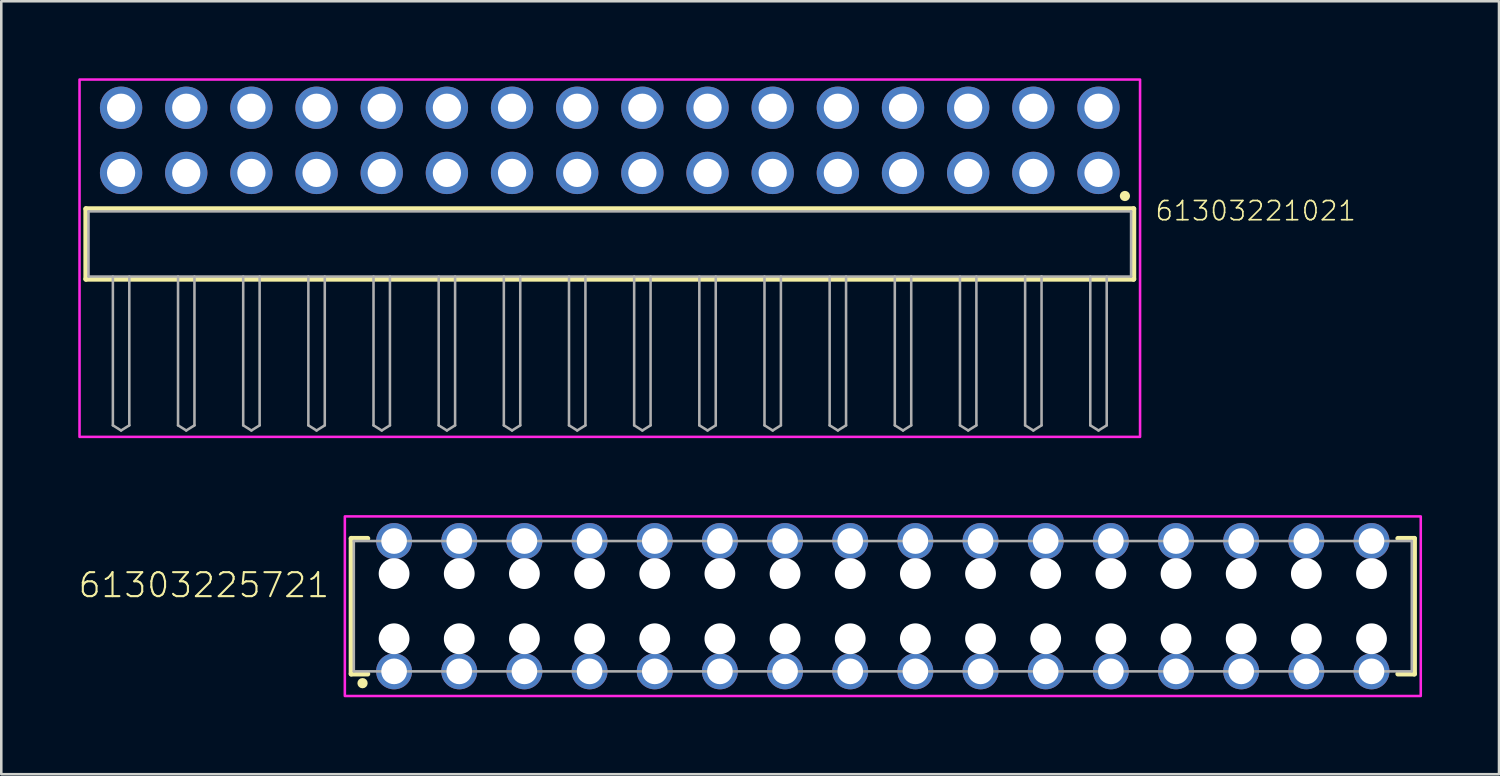
<source format=kicad_pcb>
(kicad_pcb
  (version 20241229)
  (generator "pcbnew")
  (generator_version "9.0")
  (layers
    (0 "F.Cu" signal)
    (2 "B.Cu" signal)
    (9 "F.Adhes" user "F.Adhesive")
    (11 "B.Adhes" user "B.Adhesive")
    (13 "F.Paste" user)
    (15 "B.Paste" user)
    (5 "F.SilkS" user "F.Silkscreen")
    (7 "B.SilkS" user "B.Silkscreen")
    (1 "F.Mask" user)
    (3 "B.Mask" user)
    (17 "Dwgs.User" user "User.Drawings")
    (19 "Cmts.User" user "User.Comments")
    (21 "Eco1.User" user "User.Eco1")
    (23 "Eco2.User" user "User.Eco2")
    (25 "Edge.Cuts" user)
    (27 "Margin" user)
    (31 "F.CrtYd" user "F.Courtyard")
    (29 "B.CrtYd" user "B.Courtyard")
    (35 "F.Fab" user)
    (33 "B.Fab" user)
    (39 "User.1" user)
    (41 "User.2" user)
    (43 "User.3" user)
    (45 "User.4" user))
  (footprint "61303221021"
    (layer "F.Cu")
    (at 20.72 6.46)
    (property "Reference" "61303221021" (at 21.215 -0.852 0) (unlocked yes) (layer "F.SilkS") (effects (font (size 0.748 0.748) (thickness 0.065)) (justify left bottom)))
    (fp_line (start -20.42 -1.37) (end 20.42 -1.37) (stroke (width 0.2) (type solid)) (layer "F.SilkS"))
    (fp_line (start -20.42 1.37) (end -20.42 -1.37) (stroke (width 0.2) (type solid)) (layer "F.SilkS"))
    (fp_line (start 20.42 -1.37) (end 20.42 1.37) (stroke (width 0.2) (type solid)) (layer "F.SilkS"))
    (fp_line (start 20.42 1.37) (end -20.42 1.37) (stroke (width 0.2) (type solid)) (layer "F.SilkS"))
    (fp_circle (center 20.08 -1.87) (end 20.18 -1.87) (stroke (width 0.2) (type solid)) (fill no) (layer "F.SilkS"))
    (fp_poly (pts (xy 20.67 7.52) (xy -20.67 7.52) (xy -20.67 -6.41) (xy 20.67 -6.41)) (stroke (width 0.1) (type default)) (fill no) (layer "F.CrtYd"))
    (fp_line (start -20.32 -1.27) (end 20.32 -1.27) (stroke (width 0.1) (type solid)) (layer "F.Fab"))
    (fp_line (start -20.32 1.27) (end -20.32 -1.27) (stroke (width 0.1) (type solid)) (layer "F.Fab"))
    (fp_line (start -19.37 1.27) (end -19.37 7.07) (stroke (width 0.1) (type solid)) (layer "F.Fab"))
    (fp_line (start -19.37 7.07) (end -19.05 7.27) (stroke (width 0.1) (type solid)) (layer "F.Fab"))
    (fp_line (start -19.05 7.27) (end -18.73 7.07) (stroke (width 0.1) (type solid)) (layer "F.Fab"))
    (fp_line (start -18.73 1.27) (end -18.73 7.07) (stroke (width 0.1) (type solid)) (layer "F.Fab"))
    (fp_line (start -16.83 1.27) (end -16.83 7.07) (stroke (width 0.1) (type solid)) (layer "F.Fab"))
    (fp_line (start -16.83 7.07) (end -16.51 7.27) (stroke (width 0.1) (type solid)) (layer "F.Fab"))
    (fp_line (start -16.51 7.27) (end -16.19 7.07) (stroke (width 0.1) (type solid)) (layer "F.Fab"))
    (fp_line (start -16.19 1.27) (end -16.19 7.07) (stroke (width 0.1) (type solid)) (layer "F.Fab"))
    (fp_line (start -14.29 1.27) (end -14.29 7.07) (stroke (width 0.1) (type solid)) (layer "F.Fab"))
    (fp_line (start -14.29 7.07) (end -13.97 7.27) (stroke (width 0.1) (type solid)) (layer "F.Fab"))
    (fp_line (start -13.97 7.27) (end -13.65 7.07) (stroke (width 0.1) (type solid)) (layer "F.Fab"))
    (fp_line (start -13.65 1.27) (end -13.65 7.07) (stroke (width 0.1) (type solid)) (layer "F.Fab"))
    (fp_line (start -11.75 1.27) (end -11.75 7.07) (stroke (width 0.1) (type solid)) (layer "F.Fab"))
    (fp_line (start -11.75 7.07) (end -11.43 7.27) (stroke (width 0.1) (type solid)) (layer "F.Fab"))
    (fp_line (start -11.43 7.27) (end -11.11 7.07) (stroke (width 0.1) (type solid)) (layer "F.Fab"))
    (fp_line (start -11.11 1.27) (end -11.11 7.07) (stroke (width 0.1) (type solid)) (layer "F.Fab"))
    (fp_line (start -9.21 1.27) (end -9.21 7.07) (stroke (width 0.1) (type solid)) (layer "F.Fab"))
    (fp_line (start -9.21 7.07) (end -8.89 7.27) (stroke (width 0.1) (type solid)) (layer "F.Fab"))
    (fp_line (start -8.89 7.27) (end -8.57 7.07) (stroke (width 0.1) (type solid)) (layer "F.Fab"))
    (fp_line (start -8.57 1.27) (end -8.57 7.07) (stroke (width 0.1) (type solid)) (layer "F.Fab"))
    (fp_line (start -6.67 1.27) (end -6.67 7.07) (stroke (width 0.1) (type solid)) (layer "F.Fab"))
    (fp_line (start -6.67 7.07) (end -6.35 7.27) (stroke (width 0.1) (type solid)) (layer "F.Fab"))
    (fp_line (start -6.35 7.27) (end -6.03 7.07) (stroke (width 0.1) (type solid)) (layer "F.Fab"))
    (fp_line (start -6.03 1.27) (end -6.03 7.07) (stroke (width 0.1) (type solid)) (layer "F.Fab"))
    (fp_line (start -4.13 1.27) (end -4.13 7.07) (stroke (width 0.1) (type solid)) (layer "F.Fab"))
    (fp_line (start -4.13 7.07) (end -3.81 7.27) (stroke (width 0.1) (type solid)) (layer "F.Fab"))
    (fp_line (start -3.81 7.27) (end -3.49 7.07) (stroke (width 0.1) (type solid)) (layer "F.Fab"))
    (fp_line (start -3.49 1.27) (end -3.49 7.07) (stroke (width 0.1) (type solid)) (layer "F.Fab"))
    (fp_line (start -1.59 1.27) (end -1.59 7.07) (stroke (width 0.1) (type solid)) (layer "F.Fab"))
    (fp_line (start -1.59 7.07) (end -1.27 7.27) (stroke (width 0.1) (type solid)) (layer "F.Fab"))
    (fp_line (start -1.27 7.27) (end -0.95 7.07) (stroke (width 0.1) (type solid)) (layer "F.Fab"))
    (fp_line (start -0.95 1.27) (end -0.95 7.07) (stroke (width 0.1) (type solid)) (layer "F.Fab"))
    (fp_line (start 0.95 1.27) (end 0.95 7.07) (stroke (width 0.1) (type solid)) (layer "F.Fab"))
    (fp_line (start 0.95 7.07) (end 1.27 7.27) (stroke (width 0.1) (type solid)) (layer "F.Fab"))
    (fp_line (start 1.27 7.27) (end 1.59 7.07) (stroke (width 0.1) (type solid)) (layer "F.Fab"))
    (fp_line (start 1.59 1.27) (end 1.59 7.07) (stroke (width 0.1) (type solid)) (layer "F.Fab"))
    (fp_line (start 3.49 1.27) (end 3.49 7.07) (stroke (width 0.1) (type solid)) (layer "F.Fab"))
    (fp_line (start 3.49 7.07) (end 3.81 7.27) (stroke (width 0.1) (type solid)) (layer "F.Fab"))
    (fp_line (start 3.81 7.27) (end 4.13 7.07) (stroke (width 0.1) (type solid)) (layer "F.Fab"))
    (fp_line (start 4.13 1.27) (end 4.13 7.07) (stroke (width 0.1) (type solid)) (layer "F.Fab"))
    (fp_line (start 6.03 1.27) (end 6.03 7.07) (stroke (width 0.1) (type solid)) (layer "F.Fab"))
    (fp_line (start 6.03 7.07) (end 6.35 7.27) (stroke (width 0.1) (type solid)) (layer "F.Fab"))
    (fp_line (start 6.35 7.27) (end 6.67 7.07) (stroke (width 0.1) (type solid)) (layer "F.Fab"))
    (fp_line (start 6.67 1.27) (end 6.67 7.07) (stroke (width 0.1) (type solid)) (layer "F.Fab"))
    (fp_line (start 8.57 1.27) (end 8.57 7.07) (stroke (width 0.1) (type solid)) (layer "F.Fab"))
    (fp_line (start 8.57 7.07) (end 8.89 7.27) (stroke (width 0.1) (type solid)) (layer "F.Fab"))
    (fp_line (start 8.89 7.27) (end 9.21 7.07) (stroke (width 0.1) (type solid)) (layer "F.Fab"))
    (fp_line (start 9.21 1.27) (end 9.21 7.07) (stroke (width 0.1) (type solid)) (layer "F.Fab"))
    (fp_line (start 11.11 1.27) (end 11.11 7.07) (stroke (width 0.1) (type solid)) (layer "F.Fab"))
    (fp_line (start 11.11 7.07) (end 11.43 7.27) (stroke (width 0.1) (type solid)) (layer "F.Fab"))
    (fp_line (start 11.43 7.27) (end 11.75 7.07) (stroke (width 0.1) (type solid)) (layer "F.Fab"))
    (fp_line (start 11.75 1.27) (end 11.75 7.07) (stroke (width 0.1) (type solid)) (layer "F.Fab"))
    (fp_line (start 13.65 1.27) (end 13.65 7.07) (stroke (width 0.1) (type solid)) (layer "F.Fab"))
    (fp_line (start 13.65 7.07) (end 13.97 7.27) (stroke (width 0.1) (type solid)) (layer "F.Fab"))
    (fp_line (start 13.97 7.27) (end 14.29 7.07) (stroke (width 0.1) (type solid)) (layer "F.Fab"))
    (fp_line (start 14.29 1.27) (end 14.29 7.07) (stroke (width 0.1) (type solid)) (layer "F.Fab"))
    (fp_line (start 16.19 1.27) (end -20.32 1.27) (stroke (width 0.1) (type solid)) (layer "F.Fab"))
    (fp_line (start 16.19 1.27) (end 16.19 7.07) (stroke (width 0.1) (type solid)) (layer "F.Fab"))
    (fp_line (start 16.19 7.07) (end 16.51 7.27) (stroke (width 0.1) (type solid)) (layer "F.Fab"))
    (fp_line (start 16.51 7.27) (end 16.83 7.07) (stroke (width 0.1) (type solid)) (layer "F.Fab"))
    (fp_line (start 16.83 1.27) (end 16.19 1.27) (stroke (width 0.1) (type solid)) (layer "F.Fab"))
    (fp_line (start 16.83 1.27) (end 16.83 7.07) (stroke (width 0.1) (type solid)) (layer "F.Fab"))
    (fp_line (start 18.73 1.27) (end 18.73 7.07) (stroke (width 0.1) (type solid)) (layer "F.Fab"))
    (fp_line (start 18.73 7.07) (end 19.05 7.27) (stroke (width 0.1) (type solid)) (layer "F.Fab"))
    (fp_line (start 19.05 7.27) (end 19.37 7.07) (stroke (width 0.1) (type solid)) (layer "F.Fab"))
    (fp_line (start 19.37 1.27) (end 19.37 7.07) (stroke (width 0.1) (type solid)) (layer "F.Fab"))
    (fp_line (start 20.32 -1.27) (end 20.32 1.27) (stroke (width 0.1) (type solid)) (layer "F.Fab"))
    (fp_line (start 20.32 1.27) (end 16.83 1.27) (stroke (width 0.1) (type solid)) (layer "F.Fab"))
    (pad "1" thru_hole circle (at 19.05 -2.77) (size 1.65 1.65) (drill 1.1) (layers "*.Cu" "*.Mask"))
    (pad "2" thru_hole circle (at 19.05 -5.31) (size 1.65 1.65) (drill 1.1) (layers "*.Cu" "*.Mask"))
    (pad "3" thru_hole circle (at 16.51 -2.77) (size 1.65 1.65) (drill 1.1) (layers "*.Cu" "*.Mask"))
    (pad "4" thru_hole circle (at 16.51 -5.31) (size 1.65 1.65) (drill 1.1) (layers "*.Cu" "*.Mask"))
    (pad "5" thru_hole circle (at 13.97 -2.77) (size 1.65 1.65) (drill 1.1) (layers "*.Cu" "*.Mask"))
    (pad "6" thru_hole circle (at 13.97 -5.31) (size 1.65 1.65) (drill 1.1) (layers "*.Cu" "*.Mask"))
    (pad "7" thru_hole circle (at 11.43 -2.77) (size 1.65 1.65) (drill 1.1) (layers "*.Cu" "*.Mask"))
    (pad "8" thru_hole circle (at 11.43 -5.31) (size 1.65 1.65) (drill 1.1) (layers "*.Cu" "*.Mask"))
    (pad "9" thru_hole circle (at 8.89 -2.77) (size 1.65 1.65) (drill 1.1) (layers "*.Cu" "*.Mask"))
    (pad "10" thru_hole circle (at 8.89 -5.31) (size 1.65 1.65) (drill 1.1) (layers "*.Cu" "*.Mask"))
    (pad "11" thru_hole circle (at 6.35 -2.77) (size 1.65 1.65) (drill 1.1) (layers "*.Cu" "*.Mask"))
    (pad "12" thru_hole circle (at 6.35 -5.31) (size 1.65 1.65) (drill 1.1) (layers "*.Cu" "*.Mask"))
    (pad "13" thru_hole circle (at 3.81 -2.77) (size 1.65 1.65) (drill 1.1) (layers "*.Cu" "*.Mask"))
    (pad "14" thru_hole circle (at 3.81 -5.31) (size 1.65 1.65) (drill 1.1) (layers "*.Cu" "*.Mask"))
    (pad "15" thru_hole circle (at 1.27 -2.77) (size 1.65 1.65) (drill 1.1) (layers "*.Cu" "*.Mask"))
    (pad "16" thru_hole circle (at 1.27 -5.31) (size 1.65 1.65) (drill 1.1) (layers "*.Cu" "*.Mask"))
    (pad "17" thru_hole circle (at -1.27 -2.77) (size 1.65 1.65) (drill 1.1) (layers "*.Cu" "*.Mask"))
    (pad "18" thru_hole circle (at -1.27 -5.31) (size 1.65 1.65) (drill 1.1) (layers "*.Cu" "*.Mask"))
    (pad "19" thru_hole circle (at -3.81 -2.77) (size 1.65 1.65) (drill 1.1) (layers "*.Cu" "*.Mask"))
    (pad "20" thru_hole circle (at -3.81 -5.31) (size 1.65 1.65) (drill 1.1) (layers "*.Cu" "*.Mask"))
    (pad "21" thru_hole circle (at -6.35 -2.77) (size 1.65 1.65) (drill 1.1) (layers "*.Cu" "*.Mask"))
    (pad "22" thru_hole circle (at -6.35 -5.31) (size 1.65 1.65) (drill 1.1) (layers "*.Cu" "*.Mask"))
    (pad "23" thru_hole circle (at -8.89 -2.77) (size 1.65 1.65) (drill 1.1) (layers "*.Cu" "*.Mask"))
    (pad "24" thru_hole circle (at -8.89 -5.31) (size 1.65 1.65) (drill 1.1) (layers "*.Cu" "*.Mask"))
    (pad "25" thru_hole circle (at -11.43 -2.77) (size 1.65 1.65) (drill 1.1) (layers "*.Cu" "*.Mask"))
    (pad "26" thru_hole circle (at -11.43 -5.31) (size 1.65 1.65) (drill 1.1) (layers "*.Cu" "*.Mask"))
    (pad "27" thru_hole circle (at -13.97 -2.77) (size 1.65 1.65) (drill 1.1) (layers "*.Cu" "*.Mask"))
    (pad "28" thru_hole circle (at -13.97 -5.31) (size 1.65 1.65) (drill 1.1) (layers "*.Cu" "*.Mask"))
    (pad "29" thru_hole circle (at -16.51 -2.77) (size 1.65 1.65) (drill 1.1) (layers "*.Cu" "*.Mask"))
    (pad "30" thru_hole circle (at -16.51 -5.31) (size 1.65 1.65) (drill 1.1) (layers "*.Cu" "*.Mask"))
    (pad "31" thru_hole circle (at -19.05 -2.77) (size 1.65 1.65) (drill 1.1) (layers "*.Cu" "*.Mask"))
    (pad "32" thru_hole circle (at -19.05 -5.31) (size 1.65 1.65) (drill 1.1) (layers "*.Cu" "*.Mask")))
  (footprint "61303225721"
    (layer "F.Cu")
    (at 31.362 20.58)
    (property "Reference" "61303225721" (at -21.513 -0.274 0) (unlocked yes) (layer "F.SilkS") (effects (font (size 0.935 0.935) (thickness 0.081)) (justify right bottom)))
    (fp_line (start -20.72 -2.64) (end -20.72 2.64) (stroke (width 0.2) (type solid)) (layer "F.SilkS"))
    (fp_line (start -20.72 2.64) (end -20.08 2.64) (stroke (width 0.2) (type solid)) (layer "F.SilkS"))
    (fp_line (start -20.08 -2.64) (end -20.72 -2.64) (stroke (width 0.2) (type solid)) (layer "F.SilkS"))
    (fp_line (start 20.08 2.64) (end 20.72 2.64) (stroke (width 0.2) (type solid)) (layer "F.SilkS"))
    (fp_line (start 20.72 -2.64) (end 20.08 -2.64) (stroke (width 0.2) (type solid)) (layer "F.SilkS"))
    (fp_line (start 20.72 2.64) (end 20.72 -2.64) (stroke (width 0.2) (type solid)) (layer "F.SilkS"))
    (fp_circle (center -20.28 3) (end -20.18 3) (stroke (width 0.2) (type solid)) (fill no) (layer "F.SilkS"))
    (fp_poly (pts (xy 20.97 3.5) (xy -20.97 3.5) (xy -20.97 -3.5) (xy 20.97 -3.5)) (stroke (width 0.1) (type default)) (fill no) (layer "F.CrtYd"))
    (fp_line (start -20.62 -2.54) (end 20.62 -2.54) (stroke (width 0.1) (type solid)) (layer "F.Fab"))
    (fp_line (start -20.62 2.54) (end -20.62 -2.54) (stroke (width 0.1) (type solid)) (layer "F.Fab"))
    (fp_line (start 20.62 -2.54) (end 20.62 2.54) (stroke (width 0.1) (type solid)) (layer "F.Fab"))
    (fp_line (start 20.62 2.54) (end -20.62 2.54) (stroke (width 0.1) (type solid)) (layer "F.Fab"))
    (pad "" np_thru_hole circle (at -19.05 -1.27) (size 1.2 1.2) (drill 1.2) (layers "*.Cu" "*.Mask"))
    (pad "" np_thru_hole circle (at -19.05 1.27) (size 1.2 1.2) (drill 1.2) (layers "*.Cu" "*.Mask"))
    (pad "" np_thru_hole circle (at -16.51 -1.27) (size 1.2 1.2) (drill 1.2) (layers "*.Cu" "*.Mask"))
    (pad "" np_thru_hole circle (at -16.51 1.27) (size 1.2 1.2) (drill 1.2) (layers "*.Cu" "*.Mask"))
    (pad "" np_thru_hole circle (at -13.97 -1.27) (size 1.2 1.2) (drill 1.2) (layers "*.Cu" "*.Mask"))
    (pad "" np_thru_hole circle (at -13.97 1.27) (size 1.2 1.2) (drill 1.2) (layers "*.Cu" "*.Mask"))
    (pad "" np_thru_hole circle (at -11.43 -1.27) (size 1.2 1.2) (drill 1.2) (layers "*.Cu" "*.Mask"))
    (pad "" np_thru_hole circle (at -11.43 1.27) (size 1.2 1.2) (drill 1.2) (layers "*.Cu" "*.Mask"))
    (pad "" np_thru_hole circle (at -8.89 -1.27) (size 1.2 1.2) (drill 1.2) (layers "*.Cu" "*.Mask"))
    (pad "" np_thru_hole circle (at -8.89 1.27) (size 1.2 1.2) (drill 1.2) (layers "*.Cu" "*.Mask"))
    (pad "" np_thru_hole circle (at -6.35 -1.27) (size 1.2 1.2) (drill 1.2) (layers "*.Cu" "*.Mask"))
    (pad "" np_thru_hole circle (at -6.35 1.27) (size 1.2 1.2) (drill 1.2) (layers "*.Cu" "*.Mask"))
    (pad "" np_thru_hole circle (at -3.81 -1.27) (size 1.2 1.2) (drill 1.2) (layers "*.Cu" "*.Mask"))
    (pad "" np_thru_hole circle (at -3.81 1.27) (size 1.2 1.2) (drill 1.2) (layers "*.Cu" "*.Mask"))
    (pad "" np_thru_hole circle (at -1.27 -1.27) (size 1.2 1.2) (drill 1.2) (layers "*.Cu" "*.Mask"))
    (pad "" np_thru_hole circle (at -1.27 1.27) (size 1.2 1.2) (drill 1.2) (layers "*.Cu" "*.Mask"))
    (pad "" np_thru_hole circle (at 1.27 -1.27) (size 1.2 1.2) (drill 1.2) (layers "*.Cu" "*.Mask"))
    (pad "" np_thru_hole circle (at 1.27 1.27) (size 1.2 1.2) (drill 1.2) (layers "*.Cu" "*.Mask"))
    (pad "" np_thru_hole circle (at 3.81 -1.27) (size 1.2 1.2) (drill 1.2) (layers "*.Cu" "*.Mask"))
    (pad "" np_thru_hole circle (at 3.81 1.27) (size 1.2 1.2) (drill 1.2) (layers "*.Cu" "*.Mask"))
    (pad "" np_thru_hole circle (at 6.35 -1.27) (size 1.2 1.2) (drill 1.2) (layers "*.Cu" "*.Mask"))
    (pad "" np_thru_hole circle (at 6.35 1.27) (size 1.2 1.2) (drill 1.2) (layers "*.Cu" "*.Mask"))
    (pad "" np_thru_hole circle (at 8.89 -1.27) (size 1.2 1.2) (drill 1.2) (layers "*.Cu" "*.Mask"))
    (pad "" np_thru_hole circle (at 8.89 1.27) (size 1.2 1.2) (drill 1.2) (layers "*.Cu" "*.Mask"))
    (pad "" np_thru_hole circle (at 11.43 -1.27) (size 1.2 1.2) (drill 1.2) (layers "*.Cu" "*.Mask"))
    (pad "" np_thru_hole circle (at 11.43 1.27) (size 1.2 1.2) (drill 1.2) (layers "*.Cu" "*.Mask"))
    (pad "" np_thru_hole circle (at 13.97 -1.27) (size 1.2 1.2) (drill 1.2) (layers "*.Cu" "*.Mask"))
    (pad "" np_thru_hole circle (at 13.97 1.27) (size 1.2 1.2) (drill 1.2) (layers "*.Cu" "*.Mask"))
    (pad "" np_thru_hole circle (at 16.51 -1.27) (size 1.2 1.2) (drill 1.2) (layers "*.Cu" "*.Mask"))
    (pad "" np_thru_hole circle (at 16.51 1.27) (size 1.2 1.2) (drill 1.2) (layers "*.Cu" "*.Mask"))
    (pad "" np_thru_hole circle (at 19.05 -1.27) (size 1.2 1.2) (drill 1.2) (layers "*.Cu" "*.Mask"))
    (pad "" np_thru_hole circle (at 19.05 1.27) (size 1.2 1.2) (drill 1.2) (layers "*.Cu" "*.Mask"))
    (pad "1" thru_hole circle (at -19.05 2.54) (size 1.4 1.4) (drill 1) (layers "*.Cu" "*.Mask"))
    (pad "2" thru_hole circle (at -19.05 -2.54) (size 1.4 1.4) (drill 1) (layers "*.Cu" "*.Mask"))
    (pad "3" thru_hole circle (at -16.51 2.54) (size 1.4 1.4) (drill 1) (layers "*.Cu" "*.Mask"))
    (pad "4" thru_hole circle (at -16.51 -2.54) (size 1.4 1.4) (drill 1) (layers "*.Cu" "*.Mask"))
    (pad "5" thru_hole circle (at -13.97 2.54) (size 1.4 1.4) (drill 1) (layers "*.Cu" "*.Mask"))
    (pad "6" thru_hole circle (at -13.97 -2.54) (size 1.4 1.4) (drill 1) (layers "*.Cu" "*.Mask"))
    (pad "7" thru_hole circle (at -11.43 2.54) (size 1.4 1.4) (drill 1) (layers "*.Cu" "*.Mask"))
    (pad "8" thru_hole circle (at -11.43 -2.54) (size 1.4 1.4) (drill 1) (layers "*.Cu" "*.Mask"))
    (pad "9" thru_hole circle (at -8.89 2.54) (size 1.4 1.4) (drill 1) (layers "*.Cu" "*.Mask"))
    (pad "10" thru_hole circle (at -8.89 -2.54) (size 1.4 1.4) (drill 1) (layers "*.Cu" "*.Mask"))
    (pad "11" thru_hole circle (at -6.35 2.54) (size 1.4 1.4) (drill 1) (layers "*.Cu" "*.Mask"))
    (pad "12" thru_hole circle (at -6.35 -2.54) (size 1.4 1.4) (drill 1) (layers "*.Cu" "*.Mask"))
    (pad "13" thru_hole circle (at -3.81 2.54) (size 1.4 1.4) (drill 1) (layers "*.Cu" "*.Mask"))
    (pad "14" thru_hole circle (at -3.81 -2.54) (size 1.4 1.4) (drill 1) (layers "*.Cu" "*.Mask"))
    (pad "15" thru_hole circle (at -1.27 2.54) (size 1.4 1.4) (drill 1) (layers "*.Cu" "*.Mask"))
    (pad "16" thru_hole circle (at -1.27 -2.54) (size 1.4 1.4) (drill 1) (layers "*.Cu" "*.Mask"))
    (pad "17" thru_hole circle (at 1.27 2.54) (size 1.4 1.4) (drill 1) (layers "*.Cu" "*.Mask"))
    (pad "18" thru_hole circle (at 1.27 -2.54) (size 1.4 1.4) (drill 1) (layers "*.Cu" "*.Mask"))
    (pad "19" thru_hole circle (at 3.81 2.54) (size 1.4 1.4) (drill 1) (layers "*.Cu" "*.Mask"))
    (pad "20" thru_hole circle (at 3.81 -2.54) (size 1.4 1.4) (drill 1) (layers "*.Cu" "*.Mask"))
    (pad "21" thru_hole circle (at 6.35 2.54) (size 1.4 1.4) (drill 1) (layers "*.Cu" "*.Mask"))
    (pad "22" thru_hole circle (at 6.35 -2.54) (size 1.4 1.4) (drill 1) (layers "*.Cu" "*.Mask"))
    (pad "23" thru_hole circle (at 8.89 2.54) (size 1.4 1.4) (drill 1) (layers "*.Cu" "*.Mask"))
    (pad "24" thru_hole circle (at 8.89 -2.54) (size 1.4 1.4) (drill 1) (layers "*.Cu" "*.Mask"))
    (pad "25" thru_hole circle (at 11.43 2.54) (size 1.4 1.4) (drill 1) (layers "*.Cu" "*.Mask"))
    (pad "26" thru_hole circle (at 11.43 -2.54) (size 1.4 1.4) (drill 1) (layers "*.Cu" "*.Mask"))
    (pad "27" thru_hole circle (at 13.97 2.54) (size 1.4 1.4) (drill 1) (layers "*.Cu" "*.Mask"))
    (pad "28" thru_hole circle (at 13.97 -2.54) (size 1.4 1.4) (drill 1) (layers "*.Cu" "*.Mask"))
    (pad "29" thru_hole circle (at 16.51 2.54) (size 1.4 1.4) (drill 1) (layers "*.Cu" "*.Mask"))
    (pad "30" thru_hole circle (at 16.51 -2.54) (size 1.4 1.4) (drill 1) (layers "*.Cu" "*.Mask"))
    (pad "31" thru_hole circle (at 19.05 2.54) (size 1.4 1.4) (drill 1) (layers "*.Cu" "*.Mask"))
    (pad "32" thru_hole circle (at 19.05 -2.54) (size 1.4 1.4) (drill 1) (layers "*.Cu" "*.Mask")))
  (gr_rect
    (start -3 -3)
    (end 55.382 27.13)
    (stroke (width 0.1) (type default))
    (fill no)
    (layer "Edge.Cuts")))
</source>
